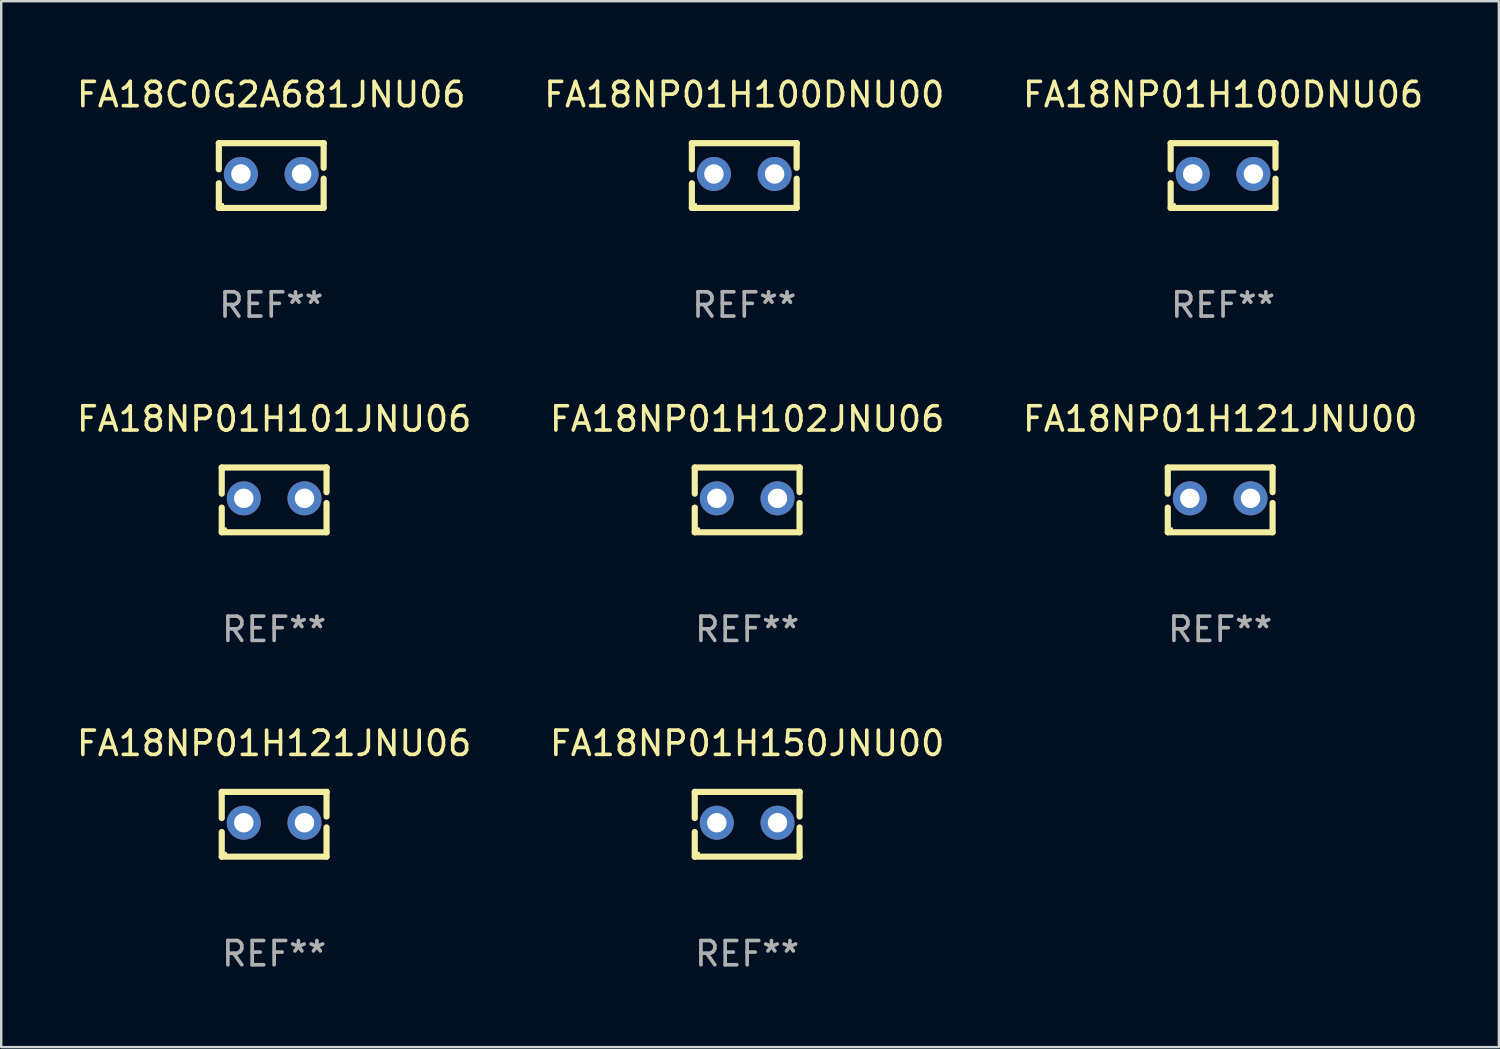
<source format=kicad_pcb>
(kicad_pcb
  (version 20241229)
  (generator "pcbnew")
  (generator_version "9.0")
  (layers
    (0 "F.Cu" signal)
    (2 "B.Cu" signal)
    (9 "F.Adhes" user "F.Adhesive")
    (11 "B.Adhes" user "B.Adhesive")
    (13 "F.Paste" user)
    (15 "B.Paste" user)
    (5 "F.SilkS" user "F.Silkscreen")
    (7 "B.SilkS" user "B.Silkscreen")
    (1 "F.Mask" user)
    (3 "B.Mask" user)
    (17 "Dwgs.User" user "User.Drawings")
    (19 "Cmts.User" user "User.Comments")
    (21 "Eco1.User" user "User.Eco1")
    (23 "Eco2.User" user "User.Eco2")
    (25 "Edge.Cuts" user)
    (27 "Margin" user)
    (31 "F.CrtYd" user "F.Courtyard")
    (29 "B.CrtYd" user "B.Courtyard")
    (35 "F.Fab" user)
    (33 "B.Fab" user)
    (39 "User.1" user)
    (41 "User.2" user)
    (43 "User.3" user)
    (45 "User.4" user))
  (footprint "FA18NP01H100DNU06"
    (layer "F.Cu")
    (at 47.339 4.182)
    (property "Reference" "FA18NP01H100DNU06" (at 0 -3.334 0) (layer "F.SilkS") (effects (font (size 1 1) (thickness 0.15))))
    (attr through_hole)
    (fp_line (start -2.159 -1.334) (end 2.159 -1.334) (stroke (width 0.254) (type solid)) (layer "F.SilkS"))
    (fp_line (start -2.159 -0.256) (end -2.159 -1.334) (stroke (width 0.254) (type solid)) (layer "F.SilkS"))
    (fp_line (start -2.159 1.334) (end -2.159 0.318) (stroke (width 0.254) (type solid)) (layer "F.SilkS"))
    (fp_line (start 2.159 -1.334) (end 2.159 -1.334) (stroke (width 0.254) (type solid)) (layer "F.SilkS"))
    (fp_line (start 2.159 -1.334) (end 2.159 -0.318) (stroke (width 0.254) (type solid)) (layer "F.SilkS"))
    (fp_line (start 2.159 0.129) (end 2.159 1.334) (stroke (width 0.254) (type solid)) (layer "F.SilkS"))
    (fp_line (start 2.159 1.334) (end -2.159 1.334) (stroke (width 0.254) (type solid)) (layer "F.SilkS"))
    (fp_circle (center -2 1.186) (end -1.97 1.186) (stroke (width 0.06) (type solid)) (fill no) (layer "F.SilkS"))
    (fp_text user "REF**" (at 0 5.334 0) (layer "F.Fab") (effects (font (size 1 1) (thickness 0.15))))
    (pad "1" thru_hole circle (at -1.25 -0.064) (size 1.4 1.4) (drill 0.8) (layers "*.Cu" "*.Mask"))
    (pad "2" thru_hole circle (at 1.25 -0.064) (size 1.4 1.4) (drill 0.8) (layers "*.Cu" "*.Mask")))
  (footprint "FA18NP01H121JNU06"
    (layer "F.Cu")
    (at 8.244 30.909)
    (property "Reference" "FA18NP01H121JNU06" (at 0 -3.334 0) (layer "F.SilkS") (effects (font (size 1 1) (thickness 0.15))))
    (attr through_hole)
    (fp_line (start -2.159 -1.334) (end 2.159 -1.334) (stroke (width 0.254) (type solid)) (layer "F.SilkS"))
    (fp_line (start -2.159 -0.256) (end -2.159 -1.334) (stroke (width 0.254) (type solid)) (layer "F.SilkS"))
    (fp_line (start -2.159 1.334) (end -2.159 0.318) (stroke (width 0.254) (type solid)) (layer "F.SilkS"))
    (fp_line (start 2.159 -1.334) (end 2.159 -1.334) (stroke (width 0.254) (type solid)) (layer "F.SilkS"))
    (fp_line (start 2.159 -1.334) (end 2.159 -0.318) (stroke (width 0.254) (type solid)) (layer "F.SilkS"))
    (fp_line (start 2.159 0.129) (end 2.159 1.334) (stroke (width 0.254) (type solid)) (layer "F.SilkS"))
    (fp_line (start 2.159 1.334) (end -2.159 1.334) (stroke (width 0.254) (type solid)) (layer "F.SilkS"))
    (fp_circle (center -2 1.186) (end -1.97 1.186) (stroke (width 0.06) (type solid)) (fill no) (layer "F.SilkS"))
    (fp_text user "REF**" (at 0 5.334 0) (layer "F.Fab") (effects (font (size 1 1) (thickness 0.15))))
    (pad "1" thru_hole circle (at -1.25 -0.064) (size 1.4 1.4) (drill 0.8) (layers "*.Cu" "*.Mask"))
    (pad "2" thru_hole circle (at 1.25 -0.064) (size 1.4 1.4) (drill 0.8) (layers "*.Cu" "*.Mask")))
  (footprint "FA18NP01H150JNU00"
    (layer "F.Cu")
    (at 27.732 30.909)
    (property "Reference" "FA18NP01H150JNU00" (at 0 -3.334 0) (layer "F.SilkS") (effects (font (size 1 1) (thickness 0.15))))
    (attr through_hole)
    (fp_line (start -2.159 -1.334) (end 2.159 -1.334) (stroke (width 0.254) (type solid)) (layer "F.SilkS"))
    (fp_line (start -2.159 -0.256) (end -2.159 -1.334) (stroke (width 0.254) (type solid)) (layer "F.SilkS"))
    (fp_line (start -2.159 1.334) (end -2.159 0.318) (stroke (width 0.254) (type solid)) (layer "F.SilkS"))
    (fp_line (start 2.159 -1.334) (end 2.159 -1.334) (stroke (width 0.254) (type solid)) (layer "F.SilkS"))
    (fp_line (start 2.159 -1.334) (end 2.159 -0.318) (stroke (width 0.254) (type solid)) (layer "F.SilkS"))
    (fp_line (start 2.159 0.129) (end 2.159 1.334) (stroke (width 0.254) (type solid)) (layer "F.SilkS"))
    (fp_line (start 2.159 1.334) (end -2.159 1.334) (stroke (width 0.254) (type solid)) (layer "F.SilkS"))
    (fp_circle (center -2 1.186) (end -1.97 1.186) (stroke (width 0.06) (type solid)) (fill no) (layer "F.SilkS"))
    (fp_text user "REF**" (at 0 5.334 0) (layer "F.Fab") (effects (font (size 1 1) (thickness 0.15))))
    (pad "1" thru_hole circle (at -1.25 -0.064) (size 1.4 1.4) (drill 0.8) (layers "*.Cu" "*.Mask"))
    (pad "2" thru_hole circle (at 1.25 -0.064) (size 1.4 1.4) (drill 0.8) (layers "*.Cu" "*.Mask")))
  (footprint "FA18NP01H101JNU06"
    (layer "F.Cu")
    (at 8.244 17.545)
    (property "Reference" "FA18NP01H101JNU06" (at 0 -3.334 0) (layer "F.SilkS") (effects (font (size 1 1) (thickness 0.15))))
    (attr through_hole)
    (fp_line (start -2.159 -1.334) (end 2.159 -1.334) (stroke (width 0.254) (type solid)) (layer "F.SilkS"))
    (fp_line (start -2.159 -0.256) (end -2.159 -1.334) (stroke (width 0.254) (type solid)) (layer "F.SilkS"))
    (fp_line (start -2.159 1.334) (end -2.159 0.318) (stroke (width 0.254) (type solid)) (layer "F.SilkS"))
    (fp_line (start 2.159 -1.334) (end 2.159 -1.334) (stroke (width 0.254) (type solid)) (layer "F.SilkS"))
    (fp_line (start 2.159 -1.334) (end 2.159 -0.318) (stroke (width 0.254) (type solid)) (layer "F.SilkS"))
    (fp_line (start 2.159 0.129) (end 2.159 1.334) (stroke (width 0.254) (type solid)) (layer "F.SilkS"))
    (fp_line (start 2.159 1.334) (end -2.159 1.334) (stroke (width 0.254) (type solid)) (layer "F.SilkS"))
    (fp_circle (center -2 1.186) (end -1.97 1.186) (stroke (width 0.06) (type solid)) (fill no) (layer "F.SilkS"))
    (fp_text user "REF**" (at 0 5.334 0) (layer "F.Fab") (effects (font (size 1 1) (thickness 0.15))))
    (pad "1" thru_hole circle (at -1.25 -0.064) (size 1.4 1.4) (drill 0.8) (layers "*.Cu" "*.Mask"))
    (pad "2" thru_hole circle (at 1.25 -0.064) (size 1.4 1.4) (drill 0.8) (layers "*.Cu" "*.Mask")))
  (footprint "FA18NP01H102JNU06"
    (layer "F.Cu")
    (at 27.732 17.545)
    (property "Reference" "FA18NP01H102JNU06" (at 0 -3.334 0) (layer "F.SilkS") (effects (font (size 1 1) (thickness 0.15))))
    (attr through_hole)
    (fp_line (start -2.159 -1.334) (end 2.159 -1.334) (stroke (width 0.254) (type solid)) (layer "F.SilkS"))
    (fp_line (start -2.159 -0.256) (end -2.159 -1.334) (stroke (width 0.254) (type solid)) (layer "F.SilkS"))
    (fp_line (start -2.159 1.334) (end -2.159 0.318) (stroke (width 0.254) (type solid)) (layer "F.SilkS"))
    (fp_line (start 2.159 -1.334) (end 2.159 -1.334) (stroke (width 0.254) (type solid)) (layer "F.SilkS"))
    (fp_line (start 2.159 -1.334) (end 2.159 -0.318) (stroke (width 0.254) (type solid)) (layer "F.SilkS"))
    (fp_line (start 2.159 0.129) (end 2.159 1.334) (stroke (width 0.254) (type solid)) (layer "F.SilkS"))
    (fp_line (start 2.159 1.334) (end -2.159 1.334) (stroke (width 0.254) (type solid)) (layer "F.SilkS"))
    (fp_circle (center -2 1.186) (end -1.97 1.186) (stroke (width 0.06) (type solid)) (fill no) (layer "F.SilkS"))
    (fp_text user "REF**" (at 0 5.334 0) (layer "F.Fab") (effects (font (size 1 1) (thickness 0.15))))
    (pad "1" thru_hole circle (at -1.25 -0.064) (size 1.4 1.4) (drill 0.8) (layers "*.Cu" "*.Mask"))
    (pad "2" thru_hole circle (at 1.25 -0.064) (size 1.4 1.4) (drill 0.8) (layers "*.Cu" "*.Mask")))
  (footprint "FA18NP01H100DNU00"
    (layer "F.Cu")
    (at 27.613 4.182)
    (property "Reference" "FA18NP01H100DNU00" (at 0 -3.334 0) (layer "F.SilkS") (effects (font (size 1 1) (thickness 0.15))))
    (attr through_hole)
    (fp_line (start -2.159 -1.334) (end 2.159 -1.334) (stroke (width 0.254) (type solid)) (layer "F.SilkS"))
    (fp_line (start -2.159 -0.256) (end -2.159 -1.334) (stroke (width 0.254) (type solid)) (layer "F.SilkS"))
    (fp_line (start -2.159 1.334) (end -2.159 0.318) (stroke (width 0.254) (type solid)) (layer "F.SilkS"))
    (fp_line (start 2.159 -1.334) (end 2.159 -1.334) (stroke (width 0.254) (type solid)) (layer "F.SilkS"))
    (fp_line (start 2.159 -1.334) (end 2.159 -0.318) (stroke (width 0.254) (type solid)) (layer "F.SilkS"))
    (fp_line (start 2.159 0.129) (end 2.159 1.334) (stroke (width 0.254) (type solid)) (layer "F.SilkS"))
    (fp_line (start 2.159 1.334) (end -2.159 1.334) (stroke (width 0.254) (type solid)) (layer "F.SilkS"))
    (fp_circle (center -2 1.186) (end -1.97 1.186) (stroke (width 0.06) (type solid)) (fill no) (layer "F.SilkS"))
    (fp_text user "REF**" (at 0 5.334 0) (layer "F.Fab") (effects (font (size 1 1) (thickness 0.15))))
    (pad "1" thru_hole circle (at -1.25 -0.064) (size 1.4 1.4) (drill 0.8) (layers "*.Cu" "*.Mask"))
    (pad "2" thru_hole circle (at 1.25 -0.064) (size 1.4 1.4) (drill 0.8) (layers "*.Cu" "*.Mask")))
  (footprint "FA18NP01H121JNU00"
    (layer "F.Cu")
    (at 47.22 17.545)
    (property "Reference" "FA18NP01H121JNU00" (at 0 -3.334 0) (layer "F.SilkS") (effects (font (size 1 1) (thickness 0.15))))
    (attr through_hole)
    (fp_line (start -2.159 -1.334) (end 2.159 -1.334) (stroke (width 0.254) (type solid)) (layer "F.SilkS"))
    (fp_line (start -2.159 -0.256) (end -2.159 -1.334) (stroke (width 0.254) (type solid)) (layer "F.SilkS"))
    (fp_line (start -2.159 1.334) (end -2.159 0.318) (stroke (width 0.254) (type solid)) (layer "F.SilkS"))
    (fp_line (start 2.159 -1.334) (end 2.159 -1.334) (stroke (width 0.254) (type solid)) (layer "F.SilkS"))
    (fp_line (start 2.159 -1.334) (end 2.159 -0.318) (stroke (width 0.254) (type solid)) (layer "F.SilkS"))
    (fp_line (start 2.159 0.129) (end 2.159 1.334) (stroke (width 0.254) (type solid)) (layer "F.SilkS"))
    (fp_line (start 2.159 1.334) (end -2.159 1.334) (stroke (width 0.254) (type solid)) (layer "F.SilkS"))
    (fp_circle (center -2 1.186) (end -1.97 1.186) (stroke (width 0.06) (type solid)) (fill no) (layer "F.SilkS"))
    (fp_text user "REF**" (at 0 5.334 0) (layer "F.Fab") (effects (font (size 1 1) (thickness 0.15))))
    (pad "1" thru_hole circle (at -1.25 -0.064) (size 1.4 1.4) (drill 0.8) (layers "*.Cu" "*.Mask"))
    (pad "2" thru_hole circle (at 1.25 -0.064) (size 1.4 1.4) (drill 0.8) (layers "*.Cu" "*.Mask")))
  (footprint "FA18C0G2A681JNU06"
    (layer "F.Cu")
    (at 8.125 4.182)
    (property "Reference" "FA18C0G2A681JNU06" (at 0 -3.334 0) (layer "F.SilkS") (effects (font (size 1 1) (thickness 0.15))))
    (attr through_hole)
    (fp_line (start -2.159 -1.334) (end 2.159 -1.334) (stroke (width 0.254) (type solid)) (layer "F.SilkS"))
    (fp_line (start -2.159 -0.256) (end -2.159 -1.334) (stroke (width 0.254) (type solid)) (layer "F.SilkS"))
    (fp_line (start -2.159 1.334) (end -2.159 0.318) (stroke (width 0.254) (type solid)) (layer "F.SilkS"))
    (fp_line (start 2.159 -1.334) (end 2.159 -1.334) (stroke (width 0.254) (type solid)) (layer "F.SilkS"))
    (fp_line (start 2.159 -1.334) (end 2.159 -0.318) (stroke (width 0.254) (type solid)) (layer "F.SilkS"))
    (fp_line (start 2.159 0.129) (end 2.159 1.334) (stroke (width 0.254) (type solid)) (layer "F.SilkS"))
    (fp_line (start 2.159 1.334) (end -2.159 1.334) (stroke (width 0.254) (type solid)) (layer "F.SilkS"))
    (fp_circle (center -2 1.186) (end -1.97 1.186) (stroke (width 0.06) (type solid)) (fill no) (layer "F.SilkS"))
    (fp_text user "REF**" (at 0 5.334 0) (layer "F.Fab") (effects (font (size 1 1) (thickness 0.15))))
    (pad "1" thru_hole circle (at -1.25 -0.064) (size 1.4 1.4) (drill 0.8) (layers "*.Cu" "*.Mask"))
    (pad "2" thru_hole circle (at 1.25 -0.064) (size 1.4 1.4) (drill 0.8) (layers "*.Cu" "*.Mask")))
  (gr_rect
    (start -3 -3)
    (end 58.702 40.091)
    (stroke (width 0.1) (type default))
    (fill no)
    (layer "Edge.Cuts")))
</source>
